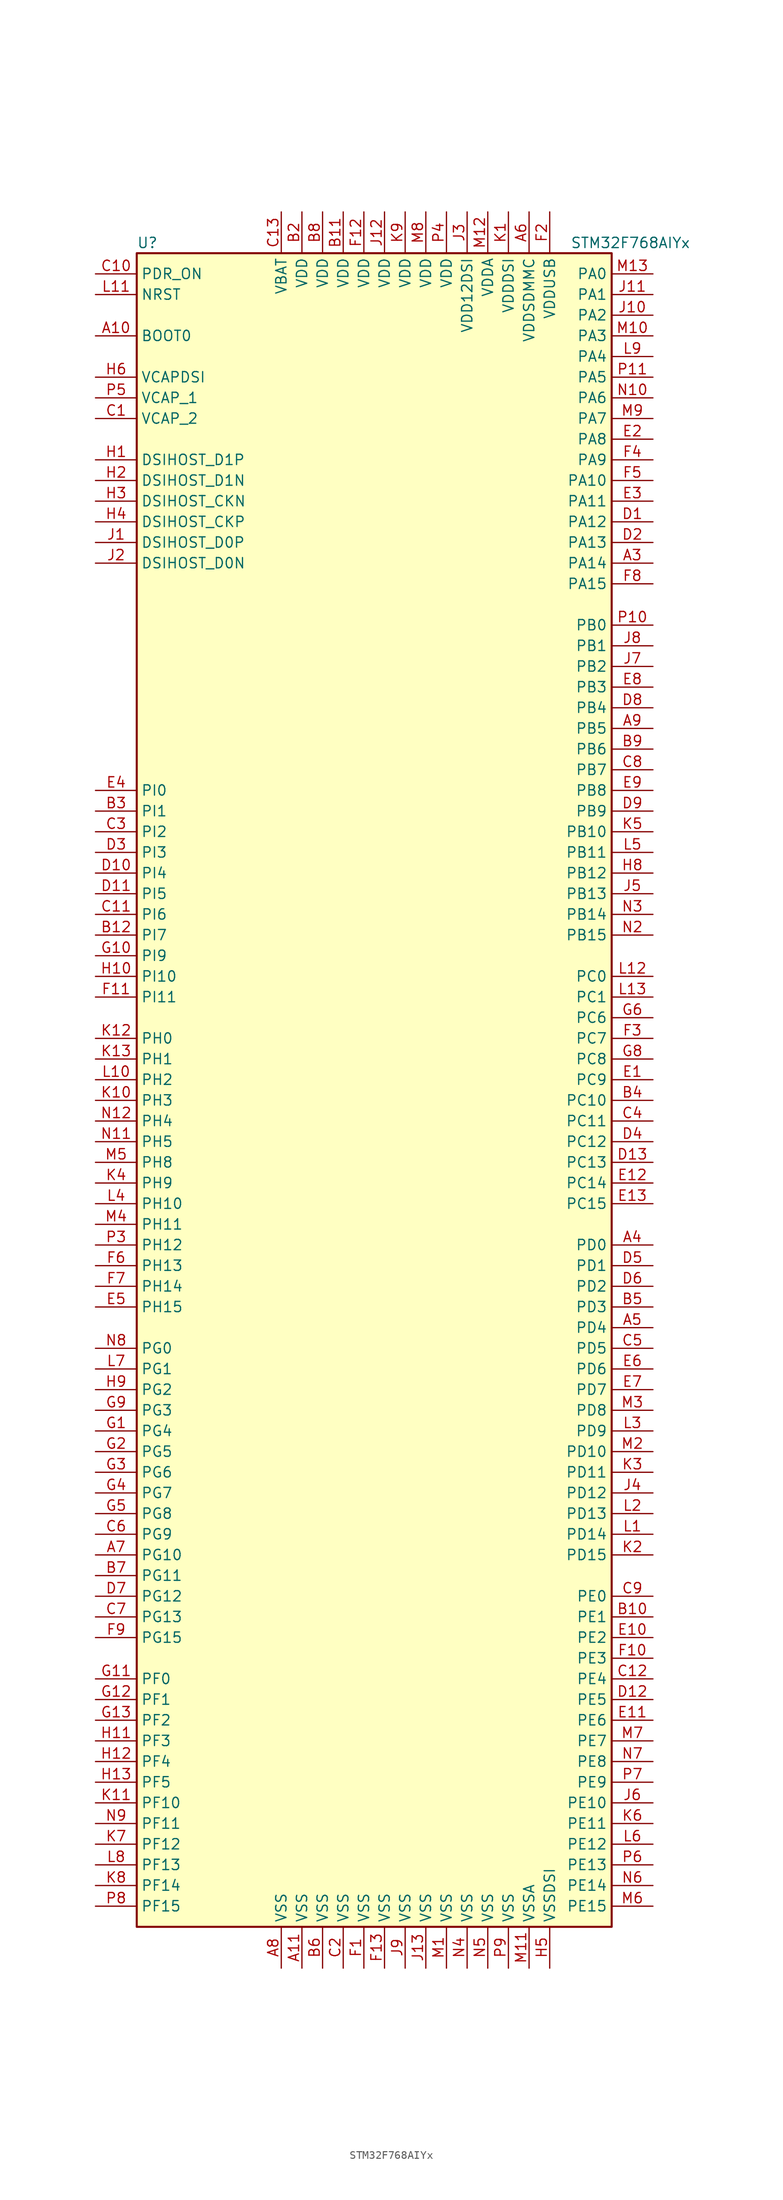
<source format=kicad_sym>
(kicad_symbol_lib
  (version 20211014)
  (generator kicad_symbol_editor)
  (symbol "STM32F768AIYx"
    (property "Reference" "U"
      (at -30.48 102.87 0)
      (effects (font (size 1.27 1.27)) (justify left)))
    (property "Value" "STM32F768AIYx"
      (at 22.86 102.87 0)
      (effects (font (size 1.27 1.27)) (justify left)))
    (symbol "STM32F768AIYx_0_1"
      (rectangle (start -30.48 -104.14) (end 27.94 101.6) (stroke (width 0.254) (type default) (color 0 0 0 0)) (fill (type background))))
    (symbol "STM32F768AIYx_1_1"
      (pin no_connect line (at -30.48 -101.6 0) (length 5.08) hide (name "NC" (effects (font (size 1.27 1.27)))) (number "A1" (effects (font (size 1.27 1.27)))))
      (pin input line (at -35.56 91.44 0) (length 5.08) (name "BOOT0" (effects (font (size 1.27 1.27)))) (number "A10" (effects (font (size 1.27 1.27)))))
      (pin power_in line (at -10.16 -109.22 90) (length 5.08) (name "VSS" (effects (font (size 1.27 1.27)))) (number "A11" (effects (font (size 1.27 1.27)))))
      (pin no_connect line (at -30.48 -96.52 0) (length 5.08) hide (name "NC" (effects (font (size 1.27 1.27)))) (number "A12" (effects (font (size 1.27 1.27)))))
      (pin no_connect line (at -30.48 -93.98 0) (length 5.08) hide (name "NC" (effects (font (size 1.27 1.27)))) (number "A13" (effects (font (size 1.27 1.27)))))
      (pin no_connect line (at -30.48 -99.06 0) (length 5.08) hide (name "NC" (effects (font (size 1.27 1.27)))) (number "A2" (effects (font (size 1.27 1.27)))))
      (pin bidirectional line (at 33.02 63.5 180) (length 5.08) (name "PA14" (effects (font (size 1.27 1.27)))) (number "A3" (effects (font (size 1.27 1.27)))))
      (pin bidirectional line (at 33.02 -20.32 180) (length 5.08) (name "PD0" (effects (font (size 1.27 1.27)))) (number "A4" (effects (font (size 1.27 1.27)))))
      (pin bidirectional line (at 33.02 -30.48 180) (length 5.08) (name "PD4" (effects (font (size 1.27 1.27)))) (number "A5" (effects (font (size 1.27 1.27)))))
      (pin power_in line (at 17.78 106.68 270) (length 5.08) (name "VDDSDMMC" (effects (font (size 1.27 1.27)))) (number "A6" (effects (font (size 1.27 1.27)))))
      (pin bidirectional line (at -35.56 -58.42 0) (length 5.08) (name "PG10" (effects (font (size 1.27 1.27)))) (number "A7" (effects (font (size 1.27 1.27)))))
      (pin power_in line (at -12.7 -109.22 90) (length 5.08) (name "VSS" (effects (font (size 1.27 1.27)))) (number "A8" (effects (font (size 1.27 1.27)))))
      (pin bidirectional line (at 33.02 43.18 180) (length 5.08) (name "PB5" (effects (font (size 1.27 1.27)))) (number "A9" (effects (font (size 1.27 1.27)))))
      (pin no_connect line (at -30.48 -91.44 0) (length 5.08) hide (name "NC" (effects (font (size 1.27 1.27)))) (number "B1" (effects (font (size 1.27 1.27)))))
      (pin bidirectional line (at 33.02 -66.04 180) (length 5.08) (name "PE1" (effects (font (size 1.27 1.27)))) (number "B10" (effects (font (size 1.27 1.27)))))
      (pin power_in line (at -5.08 106.68 270) (length 5.08) (name "VDD" (effects (font (size 1.27 1.27)))) (number "B11" (effects (font (size 1.27 1.27)))))
      (pin bidirectional line (at -35.56 17.78 0) (length 5.08) (name "PI7" (effects (font (size 1.27 1.27)))) (number "B12" (effects (font (size 1.27 1.27)))))
      (pin no_connect line (at -30.48 -88.9 0) (length 5.08) hide (name "NC" (effects (font (size 1.27 1.27)))) (number "B13" (effects (font (size 1.27 1.27)))))
      (pin power_in line (at -10.16 106.68 270) (length 5.08) (name "VDD" (effects (font (size 1.27 1.27)))) (number "B2" (effects (font (size 1.27 1.27)))))
      (pin bidirectional line (at -35.56 33.02 0) (length 5.08) (name "PI1" (effects (font (size 1.27 1.27)))) (number "B3" (effects (font (size 1.27 1.27)))))
      (pin bidirectional line (at 33.02 -2.54 180) (length 5.08) (name "PC10" (effects (font (size 1.27 1.27)))) (number "B4" (effects (font (size 1.27 1.27)))))
      (pin bidirectional line (at 33.02 -27.94 180) (length 5.08) (name "PD3" (effects (font (size 1.27 1.27)))) (number "B5" (effects (font (size 1.27 1.27)))))
      (pin power_in line (at -7.62 -109.22 90) (length 5.08) (name "VSS" (effects (font (size 1.27 1.27)))) (number "B6" (effects (font (size 1.27 1.27)))))
      (pin bidirectional line (at -35.56 -60.96 0) (length 5.08) (name "PG11" (effects (font (size 1.27 1.27)))) (number "B7" (effects (font (size 1.27 1.27)))))
      (pin power_in line (at -7.62 106.68 270) (length 5.08) (name "VDD" (effects (font (size 1.27 1.27)))) (number "B8" (effects (font (size 1.27 1.27)))))
      (pin bidirectional line (at 33.02 40.64 180) (length 5.08) (name "PB6" (effects (font (size 1.27 1.27)))) (number "B9" (effects (font (size 1.27 1.27)))))
      (pin power_in line (at -35.56 81.28 0) (length 5.08) (name "VCAP_2" (effects (font (size 1.27 1.27)))) (number "C1" (effects (font (size 1.27 1.27)))))
      (pin input line (at -35.56 99.06 0) (length 5.08) (name "PDR_ON" (effects (font (size 1.27 1.27)))) (number "C10" (effects (font (size 1.27 1.27)))))
      (pin bidirectional line (at -35.56 20.32 0) (length 5.08) (name "PI6" (effects (font (size 1.27 1.27)))) (number "C11" (effects (font (size 1.27 1.27)))))
      (pin bidirectional line (at 33.02 -73.66 180) (length 5.08) (name "PE4" (effects (font (size 1.27 1.27)))) (number "C12" (effects (font (size 1.27 1.27)))))
      (pin power_in line (at -12.7 106.68 270) (length 5.08) (name "VBAT" (effects (font (size 1.27 1.27)))) (number "C13" (effects (font (size 1.27 1.27)))))
      (pin power_in line (at -5.08 -109.22 90) (length 5.08) (name "VSS" (effects (font (size 1.27 1.27)))) (number "C2" (effects (font (size 1.27 1.27)))))
      (pin bidirectional line (at -35.56 30.48 0) (length 5.08) (name "PI2" (effects (font (size 1.27 1.27)))) (number "C3" (effects (font (size 1.27 1.27)))))
      (pin bidirectional line (at 33.02 -5.08 180) (length 5.08) (name "PC11" (effects (font (size 1.27 1.27)))) (number "C4" (effects (font (size 1.27 1.27)))))
      (pin bidirectional line (at 33.02 -33.02 180) (length 5.08) (name "PD5" (effects (font (size 1.27 1.27)))) (number "C5" (effects (font (size 1.27 1.27)))))
      (pin bidirectional line (at -35.56 -55.88 0) (length 5.08) (name "PG9" (effects (font (size 1.27 1.27)))) (number "C6" (effects (font (size 1.27 1.27)))))
      (pin bidirectional line (at -35.56 -66.04 0) (length 5.08) (name "PG13" (effects (font (size 1.27 1.27)))) (number "C7" (effects (font (size 1.27 1.27)))))
      (pin bidirectional line (at 33.02 38.1 180) (length 5.08) (name "PB7" (effects (font (size 1.27 1.27)))) (number "C8" (effects (font (size 1.27 1.27)))))
      (pin bidirectional line (at 33.02 -63.5 180) (length 5.08) (name "PE0" (effects (font (size 1.27 1.27)))) (number "C9" (effects (font (size 1.27 1.27)))))
      (pin bidirectional line (at 33.02 68.58 180) (length 5.08) (name "PA12" (effects (font (size 1.27 1.27)))) (number "D1" (effects (font (size 1.27 1.27)))))
      (pin bidirectional line (at -35.56 25.4 0) (length 5.08) (name "PI4" (effects (font (size 1.27 1.27)))) (number "D10" (effects (font (size 1.27 1.27)))))
      (pin bidirectional line (at -35.56 22.86 0) (length 5.08) (name "PI5" (effects (font (size 1.27 1.27)))) (number "D11" (effects (font (size 1.27 1.27)))))
      (pin bidirectional line (at 33.02 -76.2 180) (length 5.08) (name "PE5" (effects (font (size 1.27 1.27)))) (number "D12" (effects (font (size 1.27 1.27)))))
      (pin bidirectional line (at 33.02 -10.16 180) (length 5.08) (name "PC13" (effects (font (size 1.27 1.27)))) (number "D13" (effects (font (size 1.27 1.27)))))
      (pin bidirectional line (at 33.02 66.04 180) (length 5.08) (name "PA13" (effects (font (size 1.27 1.27)))) (number "D2" (effects (font (size 1.27 1.27)))))
      (pin bidirectional line (at -35.56 27.94 0) (length 5.08) (name "PI3" (effects (font (size 1.27 1.27)))) (number "D3" (effects (font (size 1.27 1.27)))))
      (pin bidirectional line (at 33.02 -7.62 180) (length 5.08) (name "PC12" (effects (font (size 1.27 1.27)))) (number "D4" (effects (font (size 1.27 1.27)))))
      (pin bidirectional line (at 33.02 -22.86 180) (length 5.08) (name "PD1" (effects (font (size 1.27 1.27)))) (number "D5" (effects (font (size 1.27 1.27)))))
      (pin bidirectional line (at 33.02 -25.4 180) (length 5.08) (name "PD2" (effects (font (size 1.27 1.27)))) (number "D6" (effects (font (size 1.27 1.27)))))
      (pin bidirectional line (at -35.56 -63.5 0) (length 5.08) (name "PG12" (effects (font (size 1.27 1.27)))) (number "D7" (effects (font (size 1.27 1.27)))))
      (pin bidirectional line (at 33.02 45.72 180) (length 5.08) (name "PB4" (effects (font (size 1.27 1.27)))) (number "D8" (effects (font (size 1.27 1.27)))))
      (pin bidirectional line (at 33.02 33.02 180) (length 5.08) (name "PB9" (effects (font (size 1.27 1.27)))) (number "D9" (effects (font (size 1.27 1.27)))))
      (pin bidirectional line (at 33.02 0 180) (length 5.08) (name "PC9" (effects (font (size 1.27 1.27)))) (number "E1" (effects (font (size 1.27 1.27)))))
      (pin bidirectional line (at 33.02 -68.58 180) (length 5.08) (name "PE2" (effects (font (size 1.27 1.27)))) (number "E10" (effects (font (size 1.27 1.27)))))
      (pin bidirectional line (at 33.02 -78.74 180) (length 5.08) (name "PE6" (effects (font (size 1.27 1.27)))) (number "E11" (effects (font (size 1.27 1.27)))))
      (pin bidirectional line (at 33.02 -12.7 180) (length 5.08) (name "PC14" (effects (font (size 1.27 1.27)))) (number "E12" (effects (font (size 1.27 1.27)))))
      (pin bidirectional line (at 33.02 -15.24 180) (length 5.08) (name "PC15" (effects (font (size 1.27 1.27)))) (number "E13" (effects (font (size 1.27 1.27)))))
      (pin bidirectional line (at 33.02 78.74 180) (length 5.08) (name "PA8" (effects (font (size 1.27 1.27)))) (number "E2" (effects (font (size 1.27 1.27)))))
      (pin bidirectional line (at 33.02 71.12 180) (length 5.08) (name "PA11" (effects (font (size 1.27 1.27)))) (number "E3" (effects (font (size 1.27 1.27)))))
      (pin bidirectional line (at -35.56 35.56 0) (length 5.08) (name "PI0" (effects (font (size 1.27 1.27)))) (number "E4" (effects (font (size 1.27 1.27)))))
      (pin bidirectional line (at -35.56 -27.94 0) (length 5.08) (name "PH15" (effects (font (size 1.27 1.27)))) (number "E5" (effects (font (size 1.27 1.27)))))
      (pin bidirectional line (at 33.02 -35.56 180) (length 5.08) (name "PD6" (effects (font (size 1.27 1.27)))) (number "E6" (effects (font (size 1.27 1.27)))))
      (pin bidirectional line (at 33.02 -38.1 180) (length 5.08) (name "PD7" (effects (font (size 1.27 1.27)))) (number "E7" (effects (font (size 1.27 1.27)))))
      (pin bidirectional line (at 33.02 48.26 180) (length 5.08) (name "PB3" (effects (font (size 1.27 1.27)))) (number "E8" (effects (font (size 1.27 1.27)))))
      (pin bidirectional line (at 33.02 35.56 180) (length 5.08) (name "PB8" (effects (font (size 1.27 1.27)))) (number "E9" (effects (font (size 1.27 1.27)))))
      (pin power_in line (at -2.54 -109.22 90) (length 5.08) (name "VSS" (effects (font (size 1.27 1.27)))) (number "F1" (effects (font (size 1.27 1.27)))))
      (pin bidirectional line (at 33.02 -71.12 180) (length 5.08) (name "PE3" (effects (font (size 1.27 1.27)))) (number "F10" (effects (font (size 1.27 1.27)))))
      (pin bidirectional line (at -35.56 10.16 0) (length 5.08) (name "PI11" (effects (font (size 1.27 1.27)))) (number "F11" (effects (font (size 1.27 1.27)))))
      (pin power_in line (at -2.54 106.68 270) (length 5.08) (name "VDD" (effects (font (size 1.27 1.27)))) (number "F12" (effects (font (size 1.27 1.27)))))
      (pin power_in line (at 0 -109.22 90) (length 5.08) (name "VSS" (effects (font (size 1.27 1.27)))) (number "F13" (effects (font (size 1.27 1.27)))))
      (pin power_in line (at 20.32 106.68 270) (length 5.08) (name "VDDUSB" (effects (font (size 1.27 1.27)))) (number "F2" (effects (font (size 1.27 1.27)))))
      (pin bidirectional line (at 33.02 5.08 180) (length 5.08) (name "PC7" (effects (font (size 1.27 1.27)))) (number "F3" (effects (font (size 1.27 1.27)))))
      (pin bidirectional line (at 33.02 76.2 180) (length 5.08) (name "PA9" (effects (font (size 1.27 1.27)))) (number "F4" (effects (font (size 1.27 1.27)))))
      (pin bidirectional line (at 33.02 73.66 180) (length 5.08) (name "PA10" (effects (font (size 1.27 1.27)))) (number "F5" (effects (font (size 1.27 1.27)))))
      (pin bidirectional line (at -35.56 -22.86 0) (length 5.08) (name "PH13" (effects (font (size 1.27 1.27)))) (number "F6" (effects (font (size 1.27 1.27)))))
      (pin bidirectional line (at -35.56 -25.4 0) (length 5.08) (name "PH14" (effects (font (size 1.27 1.27)))) (number "F7" (effects (font (size 1.27 1.27)))))
      (pin bidirectional line (at 33.02 60.96 180) (length 5.08) (name "PA15" (effects (font (size 1.27 1.27)))) (number "F8" (effects (font (size 1.27 1.27)))))
      (pin bidirectional line (at -35.56 -68.58 0) (length 5.08) (name "PG15" (effects (font (size 1.27 1.27)))) (number "F9" (effects (font (size 1.27 1.27)))))
      (pin bidirectional line (at -35.56 -43.18 0) (length 5.08) (name "PG4" (effects (font (size 1.27 1.27)))) (number "G1" (effects (font (size 1.27 1.27)))))
      (pin bidirectional line (at -35.56 15.24 0) (length 5.08) (name "PI9" (effects (font (size 1.27 1.27)))) (number "G10" (effects (font (size 1.27 1.27)))))
      (pin bidirectional line (at -35.56 -73.66 0) (length 5.08) (name "PF0" (effects (font (size 1.27 1.27)))) (number "G11" (effects (font (size 1.27 1.27)))))
      (pin bidirectional line (at -35.56 -76.2 0) (length 5.08) (name "PF1" (effects (font (size 1.27 1.27)))) (number "G12" (effects (font (size 1.27 1.27)))))
      (pin bidirectional line (at -35.56 -78.74 0) (length 5.08) (name "PF2" (effects (font (size 1.27 1.27)))) (number "G13" (effects (font (size 1.27 1.27)))))
      (pin bidirectional line (at -35.56 -45.72 0) (length 5.08) (name "PG5" (effects (font (size 1.27 1.27)))) (number "G2" (effects (font (size 1.27 1.27)))))
      (pin bidirectional line (at -35.56 -48.26 0) (length 5.08) (name "PG6" (effects (font (size 1.27 1.27)))) (number "G3" (effects (font (size 1.27 1.27)))))
      (pin bidirectional line (at -35.56 -50.8 0) (length 5.08) (name "PG7" (effects (font (size 1.27 1.27)))) (number "G4" (effects (font (size 1.27 1.27)))))
      (pin bidirectional line (at -35.56 -53.34 0) (length 5.08) (name "PG8" (effects (font (size 1.27 1.27)))) (number "G5" (effects (font (size 1.27 1.27)))))
      (pin bidirectional line (at 33.02 7.62 180) (length 5.08) (name "PC6" (effects (font (size 1.27 1.27)))) (number "G6" (effects (font (size 1.27 1.27)))))
      (pin bidirectional line (at 33.02 2.54 180) (length 5.08) (name "PC8" (effects (font (size 1.27 1.27)))) (number "G8" (effects (font (size 1.27 1.27)))))
      (pin bidirectional line (at -35.56 -40.64 0) (length 5.08) (name "PG3" (effects (font (size 1.27 1.27)))) (number "G9" (effects (font (size 1.27 1.27)))))
      (pin bidirectional line (at -35.56 76.2 0) (length 5.08) (name "DSIHOST_D1P" (effects (font (size 1.27 1.27)))) (number "H1" (effects (font (size 1.27 1.27)))))
      (pin bidirectional line (at -35.56 12.7 0) (length 5.08) (name "PI10" (effects (font (size 1.27 1.27)))) (number "H10" (effects (font (size 1.27 1.27)))))
      (pin bidirectional line (at -35.56 -81.28 0) (length 5.08) (name "PF3" (effects (font (size 1.27 1.27)))) (number "H11" (effects (font (size 1.27 1.27)))))
      (pin bidirectional line (at -35.56 -83.82 0) (length 5.08) (name "PF4" (effects (font (size 1.27 1.27)))) (number "H12" (effects (font (size 1.27 1.27)))))
      (pin bidirectional line (at -35.56 -86.36 0) (length 5.08) (name "PF5" (effects (font (size 1.27 1.27)))) (number "H13" (effects (font (size 1.27 1.27)))))
      (pin bidirectional line (at -35.56 73.66 0) (length 5.08) (name "DSIHOST_D1N" (effects (font (size 1.27 1.27)))) (number "H2" (effects (font (size 1.27 1.27)))))
      (pin bidirectional line (at -35.56 71.12 0) (length 5.08) (name "DSIHOST_CKN" (effects (font (size 1.27 1.27)))) (number "H3" (effects (font (size 1.27 1.27)))))
      (pin bidirectional line (at -35.56 68.58 0) (length 5.08) (name "DSIHOST_CKP" (effects (font (size 1.27 1.27)))) (number "H4" (effects (font (size 1.27 1.27)))))
      (pin power_in line (at 20.32 -109.22 90) (length 5.08) (name "VSSDSI" (effects (font (size 1.27 1.27)))) (number "H5" (effects (font (size 1.27 1.27)))))
      (pin power_in line (at -35.56 86.36 0) (length 5.08) (name "VCAPDSI" (effects (font (size 1.27 1.27)))) (number "H6" (effects (font (size 1.27 1.27)))))
      (pin bidirectional line (at 33.02 25.4 180) (length 5.08) (name "PB12" (effects (font (size 1.27 1.27)))) (number "H8" (effects (font (size 1.27 1.27)))))
      (pin bidirectional line (at -35.56 -38.1 0) (length 5.08) (name "PG2" (effects (font (size 1.27 1.27)))) (number "H9" (effects (font (size 1.27 1.27)))))
      (pin bidirectional line (at -35.56 66.04 0) (length 5.08) (name "DSIHOST_D0P" (effects (font (size 1.27 1.27)))) (number "J1" (effects (font (size 1.27 1.27)))))
      (pin bidirectional line (at 33.02 93.98 180) (length 5.08) (name "PA2" (effects (font (size 1.27 1.27)))) (number "J10" (effects (font (size 1.27 1.27)))))
      (pin bidirectional line (at 33.02 96.52 180) (length 5.08) (name "PA1" (effects (font (size 1.27 1.27)))) (number "J11" (effects (font (size 1.27 1.27)))))
      (pin power_in line (at 0 106.68 270) (length 5.08) (name "VDD" (effects (font (size 1.27 1.27)))) (number "J12" (effects (font (size 1.27 1.27)))))
      (pin power_in line (at 5.08 -109.22 90) (length 5.08) (name "VSS" (effects (font (size 1.27 1.27)))) (number "J13" (effects (font (size 1.27 1.27)))))
      (pin bidirectional line (at -35.56 63.5 0) (length 5.08) (name "DSIHOST_D0N" (effects (font (size 1.27 1.27)))) (number "J2" (effects (font (size 1.27 1.27)))))
      (pin power_in line (at 10.16 106.68 270) (length 5.08) (name "VDD12DSI" (effects (font (size 1.27 1.27)))) (number "J3" (effects (font (size 1.27 1.27)))))
      (pin bidirectional line (at 33.02 -50.8 180) (length 5.08) (name "PD12" (effects (font (size 1.27 1.27)))) (number "J4" (effects (font (size 1.27 1.27)))))
      (pin bidirectional line (at 33.02 22.86 180) (length 5.08) (name "PB13" (effects (font (size 1.27 1.27)))) (number "J5" (effects (font (size 1.27 1.27)))))
      (pin bidirectional line (at 33.02 -88.9 180) (length 5.08) (name "PE10" (effects (font (size 1.27 1.27)))) (number "J6" (effects (font (size 1.27 1.27)))))
      (pin bidirectional line (at 33.02 50.8 180) (length 5.08) (name "PB2" (effects (font (size 1.27 1.27)))) (number "J7" (effects (font (size 1.27 1.27)))))
      (pin bidirectional line (at 33.02 53.34 180) (length 5.08) (name "PB1" (effects (font (size 1.27 1.27)))) (number "J8" (effects (font (size 1.27 1.27)))))
      (pin power_in line (at 2.54 -109.22 90) (length 5.08) (name "VSS" (effects (font (size 1.27 1.27)))) (number "J9" (effects (font (size 1.27 1.27)))))
      (pin power_in line (at 15.24 106.68 270) (length 5.08) (name "VDDDSI" (effects (font (size 1.27 1.27)))) (number "K1" (effects (font (size 1.27 1.27)))))
      (pin bidirectional line (at -35.56 -2.54 0) (length 5.08) (name "PH3" (effects (font (size 1.27 1.27)))) (number "K10" (effects (font (size 1.27 1.27)))))
      (pin bidirectional line (at -35.56 -88.9 0) (length 5.08) (name "PF10" (effects (font (size 1.27 1.27)))) (number "K11" (effects (font (size 1.27 1.27)))))
      (pin input line (at -35.56 5.08 0) (length 5.08) (name "PH0" (effects (font (size 1.27 1.27)))) (number "K12" (effects (font (size 1.27 1.27)))))
      (pin input line (at -35.56 2.54 0) (length 5.08) (name "PH1" (effects (font (size 1.27 1.27)))) (number "K13" (effects (font (size 1.27 1.27)))))
      (pin bidirectional line (at 33.02 -58.42 180) (length 5.08) (name "PD15" (effects (font (size 1.27 1.27)))) (number "K2" (effects (font (size 1.27 1.27)))))
      (pin bidirectional line (at 33.02 -48.26 180) (length 5.08) (name "PD11" (effects (font (size 1.27 1.27)))) (number "K3" (effects (font (size 1.27 1.27)))))
      (pin bidirectional line (at -35.56 -12.7 0) (length 5.08) (name "PH9" (effects (font (size 1.27 1.27)))) (number "K4" (effects (font (size 1.27 1.27)))))
      (pin bidirectional line (at 33.02 30.48 180) (length 5.08) (name "PB10" (effects (font (size 1.27 1.27)))) (number "K5" (effects (font (size 1.27 1.27)))))
      (pin bidirectional line (at 33.02 -91.44 180) (length 5.08) (name "PE11" (effects (font (size 1.27 1.27)))) (number "K6" (effects (font (size 1.27 1.27)))))
      (pin bidirectional line (at -35.56 -93.98 0) (length 5.08) (name "PF12" (effects (font (size 1.27 1.27)))) (number "K7" (effects (font (size 1.27 1.27)))))
      (pin bidirectional line (at -35.56 -99.06 0) (length 5.08) (name "PF14" (effects (font (size 1.27 1.27)))) (number "K8" (effects (font (size 1.27 1.27)))))
      (pin power_in line (at 2.54 106.68 270) (length 5.08) (name "VDD" (effects (font (size 1.27 1.27)))) (number "K9" (effects (font (size 1.27 1.27)))))
      (pin bidirectional line (at 33.02 -55.88 180) (length 5.08) (name "PD14" (effects (font (size 1.27 1.27)))) (number "L1" (effects (font (size 1.27 1.27)))))
      (pin bidirectional line (at -35.56 0 0) (length 5.08) (name "PH2" (effects (font (size 1.27 1.27)))) (number "L10" (effects (font (size 1.27 1.27)))))
      (pin input line (at -35.56 96.52 0) (length 5.08) (name "NRST" (effects (font (size 1.27 1.27)))) (number "L11" (effects (font (size 1.27 1.27)))))
      (pin bidirectional line (at 33.02 12.7 180) (length 5.08) (name "PC0" (effects (font (size 1.27 1.27)))) (number "L12" (effects (font (size 1.27 1.27)))))
      (pin bidirectional line (at 33.02 10.16 180) (length 5.08) (name "PC1" (effects (font (size 1.27 1.27)))) (number "L13" (effects (font (size 1.27 1.27)))))
      (pin bidirectional line (at 33.02 -53.34 180) (length 5.08) (name "PD13" (effects (font (size 1.27 1.27)))) (number "L2" (effects (font (size 1.27 1.27)))))
      (pin bidirectional line (at 33.02 -43.18 180) (length 5.08) (name "PD9" (effects (font (size 1.27 1.27)))) (number "L3" (effects (font (size 1.27 1.27)))))
      (pin bidirectional line (at -35.56 -15.24 0) (length 5.08) (name "PH10" (effects (font (size 1.27 1.27)))) (number "L4" (effects (font (size 1.27 1.27)))))
      (pin bidirectional line (at 33.02 27.94 180) (length 5.08) (name "PB11" (effects (font (size 1.27 1.27)))) (number "L5" (effects (font (size 1.27 1.27)))))
      (pin bidirectional line (at 33.02 -93.98 180) (length 5.08) (name "PE12" (effects (font (size 1.27 1.27)))) (number "L6" (effects (font (size 1.27 1.27)))))
      (pin bidirectional line (at -35.56 -35.56 0) (length 5.08) (name "PG1" (effects (font (size 1.27 1.27)))) (number "L7" (effects (font (size 1.27 1.27)))))
      (pin bidirectional line (at -35.56 -96.52 0) (length 5.08) (name "PF13" (effects (font (size 1.27 1.27)))) (number "L8" (effects (font (size 1.27 1.27)))))
      (pin bidirectional line (at 33.02 88.9 180) (length 5.08) (name "PA4" (effects (font (size 1.27 1.27)))) (number "L9" (effects (font (size 1.27 1.27)))))
      (pin power_in line (at 7.62 -109.22 90) (length 5.08) (name "VSS" (effects (font (size 1.27 1.27)))) (number "M1" (effects (font (size 1.27 1.27)))))
      (pin bidirectional line (at 33.02 91.44 180) (length 5.08) (name "PA3" (effects (font (size 1.27 1.27)))) (number "M10" (effects (font (size 1.27 1.27)))))
      (pin power_in line (at 17.78 -109.22 90) (length 5.08) (name "VSSA" (effects (font (size 1.27 1.27)))) (number "M11" (effects (font (size 1.27 1.27)))))
      (pin power_in line (at 12.7 106.68 270) (length 5.08) (name "VDDA" (effects (font (size 1.27 1.27)))) (number "M12" (effects (font (size 1.27 1.27)))))
      (pin bidirectional line (at 33.02 99.06 180) (length 5.08) (name "PA0" (effects (font (size 1.27 1.27)))) (number "M13" (effects (font (size 1.27 1.27)))))
      (pin bidirectional line (at 33.02 -45.72 180) (length 5.08) (name "PD10" (effects (font (size 1.27 1.27)))) (number "M2" (effects (font (size 1.27 1.27)))))
      (pin bidirectional line (at 33.02 -40.64 180) (length 5.08) (name "PD8" (effects (font (size 1.27 1.27)))) (number "M3" (effects (font (size 1.27 1.27)))))
      (pin bidirectional line (at -35.56 -17.78 0) (length 5.08) (name "PH11" (effects (font (size 1.27 1.27)))) (number "M4" (effects (font (size 1.27 1.27)))))
      (pin bidirectional line (at -35.56 -10.16 0) (length 5.08) (name "PH8" (effects (font (size 1.27 1.27)))) (number "M5" (effects (font (size 1.27 1.27)))))
      (pin bidirectional line (at 33.02 -101.6 180) (length 5.08) (name "PE15" (effects (font (size 1.27 1.27)))) (number "M6" (effects (font (size 1.27 1.27)))))
      (pin bidirectional line (at 33.02 -81.28 180) (length 5.08) (name "PE7" (effects (font (size 1.27 1.27)))) (number "M7" (effects (font (size 1.27 1.27)))))
      (pin power_in line (at 5.08 106.68 270) (length 5.08) (name "VDD" (effects (font (size 1.27 1.27)))) (number "M8" (effects (font (size 1.27 1.27)))))
      (pin bidirectional line (at 33.02 81.28 180) (length 5.08) (name "PA7" (effects (font (size 1.27 1.27)))) (number "M9" (effects (font (size 1.27 1.27)))))
      (pin no_connect line (at -30.48 -86.36 0) (length 5.08) hide (name "NC" (effects (font (size 1.27 1.27)))) (number "N1" (effects (font (size 1.27 1.27)))))
      (pin bidirectional line (at 33.02 83.82 180) (length 5.08) (name "PA6" (effects (font (size 1.27 1.27)))) (number "N10" (effects (font (size 1.27 1.27)))))
      (pin bidirectional line (at -35.56 -7.62 0) (length 5.08) (name "PH5" (effects (font (size 1.27 1.27)))) (number "N11" (effects (font (size 1.27 1.27)))))
      (pin bidirectional line (at -35.56 -5.08 0) (length 5.08) (name "PH4" (effects (font (size 1.27 1.27)))) (number "N12" (effects (font (size 1.27 1.27)))))
      (pin no_connect line (at -30.48 -83.82 0) (length 5.08) hide (name "NC" (effects (font (size 1.27 1.27)))) (number "N13" (effects (font (size 1.27 1.27)))))
      (pin bidirectional line (at 33.02 17.78 180) (length 5.08) (name "PB15" (effects (font (size 1.27 1.27)))) (number "N2" (effects (font (size 1.27 1.27)))))
      (pin bidirectional line (at 33.02 20.32 180) (length 5.08) (name "PB14" (effects (font (size 1.27 1.27)))) (number "N3" (effects (font (size 1.27 1.27)))))
      (pin power_in line (at 10.16 -109.22 90) (length 5.08) (name "VSS" (effects (font (size 1.27 1.27)))) (number "N4" (effects (font (size 1.27 1.27)))))
      (pin power_in line (at 12.7 -109.22 90) (length 5.08) (name "VSS" (effects (font (size 1.27 1.27)))) (number "N5" (effects (font (size 1.27 1.27)))))
      (pin bidirectional line (at 33.02 -99.06 180) (length 5.08) (name "PE14" (effects (font (size 1.27 1.27)))) (number "N6" (effects (font (size 1.27 1.27)))))
      (pin bidirectional line (at 33.02 -83.82 180) (length 5.08) (name "PE8" (effects (font (size 1.27 1.27)))) (number "N7" (effects (font (size 1.27 1.27)))))
      (pin bidirectional line (at -35.56 -33.02 0) (length 5.08) (name "PG0" (effects (font (size 1.27 1.27)))) (number "N8" (effects (font (size 1.27 1.27)))))
      (pin bidirectional line (at -35.56 -91.44 0) (length 5.08) (name "PF11" (effects (font (size 1.27 1.27)))) (number "N9" (effects (font (size 1.27 1.27)))))
      (pin no_connect line (at -30.48 -81.28 0) (length 5.08) hide (name "NC" (effects (font (size 1.27 1.27)))) (number "P1" (effects (font (size 1.27 1.27)))))
      (pin bidirectional line (at 33.02 55.88 180) (length 5.08) (name "PB0" (effects (font (size 1.27 1.27)))) (number "P10" (effects (font (size 1.27 1.27)))))
      (pin bidirectional line (at 33.02 86.36 180) (length 5.08) (name "PA5" (effects (font (size 1.27 1.27)))) (number "P11" (effects (font (size 1.27 1.27)))))
      (pin no_connect line (at -30.48 -76.2 0) (length 5.08) hide (name "NC" (effects (font (size 1.27 1.27)))) (number "P12" (effects (font (size 1.27 1.27)))))
      (pin no_connect line (at -30.48 -73.66 0) (length 5.08) hide (name "NC" (effects (font (size 1.27 1.27)))) (number "P13" (effects (font (size 1.27 1.27)))))
      (pin no_connect line (at -30.48 -78.74 0) (length 5.08) hide (name "NC" (effects (font (size 1.27 1.27)))) (number "P2" (effects (font (size 1.27 1.27)))))
      (pin bidirectional line (at -35.56 -20.32 0) (length 5.08) (name "PH12" (effects (font (size 1.27 1.27)))) (number "P3" (effects (font (size 1.27 1.27)))))
      (pin power_in line (at 7.62 106.68 270) (length 5.08) (name "VDD" (effects (font (size 1.27 1.27)))) (number "P4" (effects (font (size 1.27 1.27)))))
      (pin power_in line (at -35.56 83.82 0) (length 5.08) (name "VCAP_1" (effects (font (size 1.27 1.27)))) (number "P5" (effects (font (size 1.27 1.27)))))
      (pin bidirectional line (at 33.02 -96.52 180) (length 5.08) (name "PE13" (effects (font (size 1.27 1.27)))) (number "P6" (effects (font (size 1.27 1.27)))))
      (pin bidirectional line (at 33.02 -86.36 180) (length 5.08) (name "PE9" (effects (font (size 1.27 1.27)))) (number "P7" (effects (font (size 1.27 1.27)))))
      (pin bidirectional line (at -35.56 -101.6 0) (length 5.08) (name "PF15" (effects (font (size 1.27 1.27)))) (number "P8" (effects (font (size 1.27 1.27)))))
      (pin power_in line (at 15.24 -109.22 90) (length 5.08) (name "VSS" (effects (font (size 1.27 1.27)))) (number "P9" (effects (font (size 1.27 1.27))))))))
</source>
